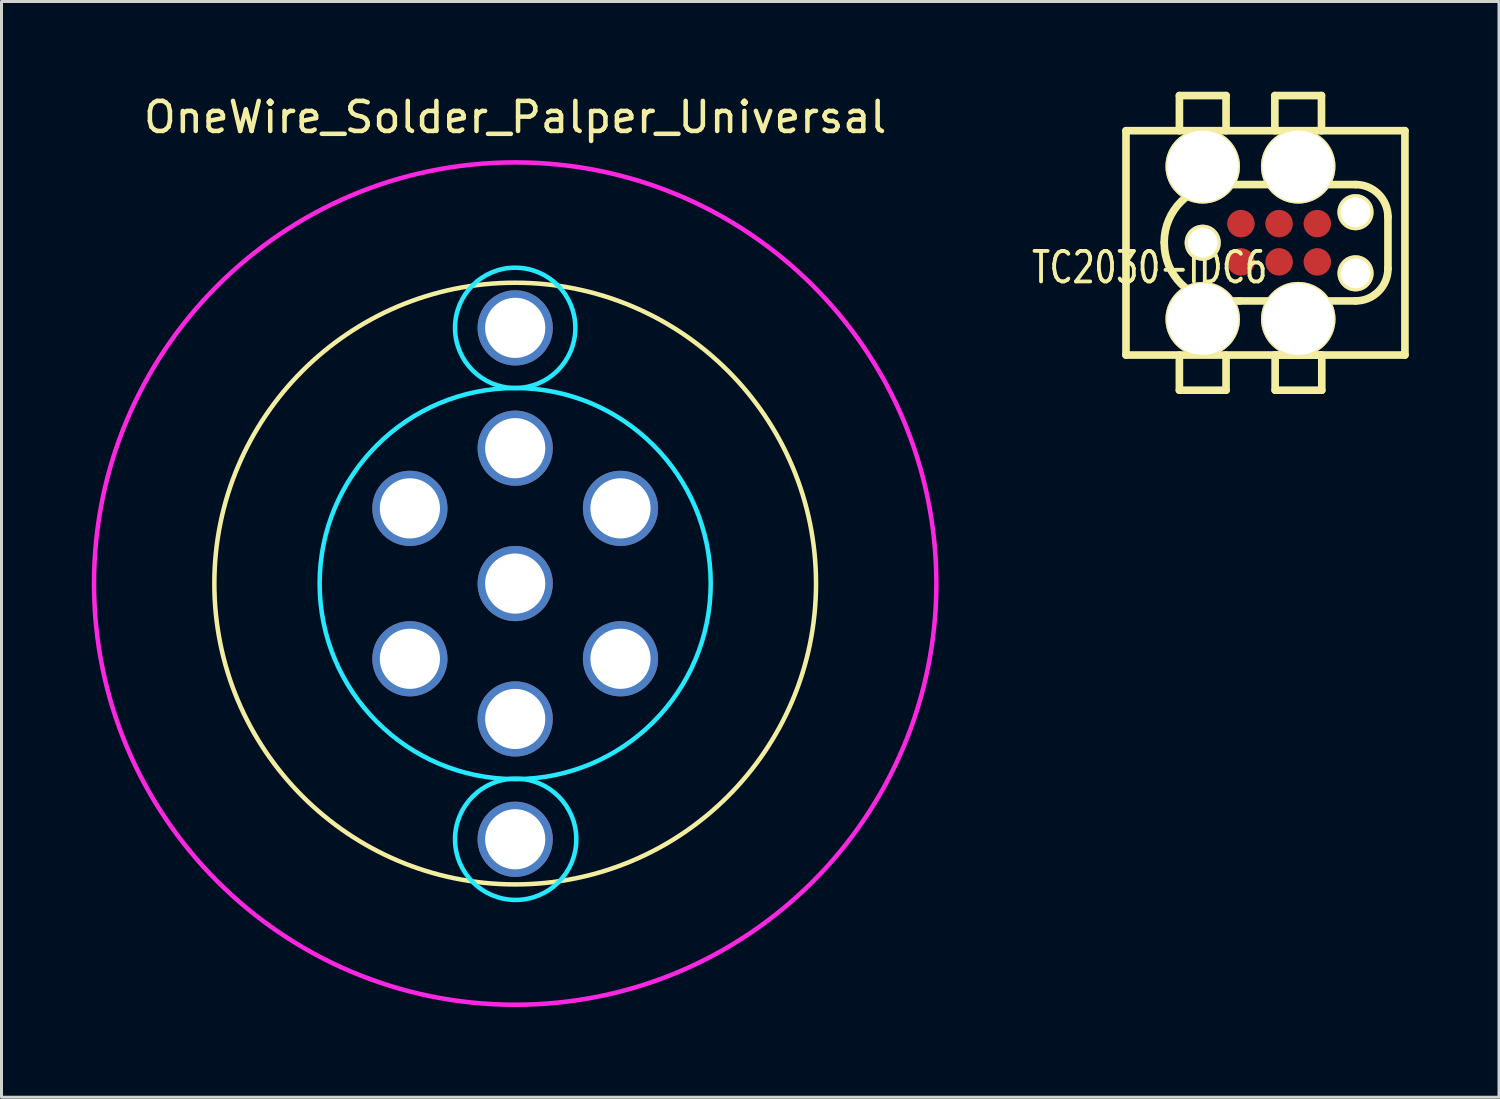
<source format=kicad_pcb>
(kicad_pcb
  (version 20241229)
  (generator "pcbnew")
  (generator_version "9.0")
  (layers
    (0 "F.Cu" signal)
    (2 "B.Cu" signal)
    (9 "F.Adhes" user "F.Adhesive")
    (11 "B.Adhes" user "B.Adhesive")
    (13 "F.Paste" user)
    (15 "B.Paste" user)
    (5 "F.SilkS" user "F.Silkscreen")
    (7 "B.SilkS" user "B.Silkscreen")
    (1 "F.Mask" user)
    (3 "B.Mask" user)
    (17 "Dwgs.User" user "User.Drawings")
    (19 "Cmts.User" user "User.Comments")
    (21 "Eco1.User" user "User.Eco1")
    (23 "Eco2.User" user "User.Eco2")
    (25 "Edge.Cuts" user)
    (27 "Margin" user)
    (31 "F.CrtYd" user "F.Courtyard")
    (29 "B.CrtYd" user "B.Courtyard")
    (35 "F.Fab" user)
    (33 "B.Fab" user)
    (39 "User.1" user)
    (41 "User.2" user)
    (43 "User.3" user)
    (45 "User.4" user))
  (footprint "OneWire_Solder_Palper_Universal"
    (layer "F.Cu")
    (at 14.075 16.348)
    (property "Reference" "OneWire_Solder_Palper_Universal" (at 0 -15.5 0) (layer "F.SilkS") (effects (font (size 1 1) (thickness 0.15))))
    (attr exclude_from_pos_files exclude_from_bom)
    (fp_circle (center 0 0) (end 0 10) (stroke (width 0.15) (type solid)) (fill no) (layer "F.SilkS"))
    (fp_circle (center 0 -8.5) (end 2 -8.5) (stroke (width 0.15) (type solid)) (fill no) (layer "B.CrtYd"))
    (fp_circle (center 0 0) (end 6.5 0) (stroke (width 0.15) (type solid)) (fill no) (layer "B.CrtYd"))
    (fp_circle (center 0.016 8.5) (end 2.016 8.25) (stroke (width 0.15) (type solid)) (fill no) (layer "B.CrtYd"))
    (fp_circle (center 0 0) (end 14 0) (stroke (width 0.15) (type solid)) (fill no) (layer "F.CrtYd"))
    (pad "1" thru_hole circle (at 0 8.5) (size 2.5 2.5) (drill 2) (layers "*.Cu" "*.Mask"))
    (pad "2" thru_hole circle (at 0 4.5) (size 2.5 2.5) (drill 2) (layers "*.Cu" "*.Mask"))
    (pad "3" thru_hole circle (at 0 -8.5) (size 2.5 2.5) (drill 2) (layers "*.Cu" "*.Mask"))
    (pad "4" thru_hole circle (at 0 0) (size 2.5 2.5) (drill 2) (layers "*.Cu" "*.Mask"))
    (pad "5" thru_hole circle (at 3.5 2.5) (size 2.5 2.5) (drill 2) (layers "*.Cu" "*.Mask"))
    (pad "6" thru_hole circle (at -3.5 2.5) (size 2.5 2.5) (drill 2) (layers "*.Cu" "*.Mask"))
    (pad "7" thru_hole circle (at 3.5 -2.5) (size 2.5 2.5) (drill 2) (layers "*.Cu" "*.Mask"))
    (pad "8" thru_hole circle (at -3.5 -2.5) (size 2.5 2.5) (drill 2) (layers "*.Cu" "*.Mask"))
    (pad "9" thru_hole circle (at 0 -4.5) (size 2.5 2.5) (drill 2) (layers "*.Cu" "*.Mask")))
  (footprint "TC2030-IDC6"
    (layer "F.Cu")
    (at 35.267 4.826)
    (property "Reference" "TC2030-IDC6" (at -0.102 1.016 0) (layer "F.SilkS") (effects (font (size 1.016 0.762) (thickness 0.127))))
    (attr through_hole)
    (fp_line (start -0.889 -3.531) (end 8.383 -3.531) (stroke (width 0.254) (type solid)) (layer "F.SilkS"))
    (fp_line (start -0.889 3.925) (end -0.889 -3.531) (stroke (width 0.254) (type solid)) (layer "F.SilkS"))
    (fp_line (start 0.886 5.094) (end 0.886 3.926) (stroke (width 0.254) (type solid)) (layer "F.SilkS"))
    (fp_line (start 0.887 -3.531) (end 0.887 -4.699) (stroke (width 0.254) (type solid)) (layer "F.SilkS"))
    (fp_line (start 0.887 -4.699) (end 2.437 -4.699) (stroke (width 0.254) (type solid)) (layer "F.SilkS"))
    (fp_line (start 2.437 3.926) (end 2.437 5.094) (stroke (width 0.254) (type solid)) (layer "F.SilkS"))
    (fp_line (start 2.437 5.094) (end 0.886 5.094) (stroke (width 0.254) (type solid)) (layer "F.SilkS"))
    (fp_line (start 2.437 -4.699) (end 2.437 -3.531) (stroke (width 0.254) (type solid)) (layer "F.SilkS"))
    (fp_line (start 2.885 2.127) (end 6.741 2.127) (stroke (width 0.254) (type solid)) (layer "F.SilkS"))
    (fp_line (start 2.887 2.127) (end 2.345 2.127) (stroke (width 0.254) (type solid)) (layer "F.SilkS"))
    (fp_line (start 4.003 -1.741) (end 4.003 -1.741) (stroke (width 0.254) (type solid)) (layer "F.SilkS"))
    (fp_line (start 4.037 3.926) (end 5.587 3.926) (stroke (width 0.254) (type solid)) (layer "F.SilkS"))
    (fp_line (start 4.059 -3.531) (end 4.059 -4.699) (stroke (width 0.254) (type solid)) (layer "F.SilkS"))
    (fp_line (start 4.059 -4.699) (end 5.609 -4.699) (stroke (width 0.254) (type solid)) (layer "F.SilkS"))
    (fp_line (start 4.069 5.094) (end 4.069 3.926) (stroke (width 0.254) (type solid)) (layer "F.SilkS"))
    (fp_line (start 5.595 2.127) (end 5.595 2.127) (stroke (width 0.254) (type solid)) (layer "F.SilkS"))
    (fp_line (start 5.609 -4.699) (end 5.609 -3.531) (stroke (width 0.254) (type solid)) (layer "F.SilkS"))
    (fp_line (start 5.619 3.926) (end 5.619 5.094) (stroke (width 0.254) (type solid)) (layer "F.SilkS"))
    (fp_line (start 5.619 5.094) (end 4.069 5.094) (stroke (width 0.254) (type solid)) (layer "F.SilkS"))
    (fp_line (start 6.741 -1.741) (end 2.266 -1.741) (stroke (width 0.254) (type solid)) (layer "F.SilkS"))
    (fp_line (start 7.819 -0.675) (end 7.819 1.059) (stroke (width 0.254) (type solid)) (layer "F.SilkS"))
    (fp_line (start 8.383 -3.531) (end 8.383 3.925) (stroke (width 0.254) (type solid)) (layer "F.SilkS"))
    (fp_line (start 8.383 3.925) (end -0.889 3.925) (stroke (width 0.254) (type solid)) (layer "F.SilkS"))
    (fp_arc (start 0.380746 0.180848) (mid 0.943097 -1.176787) (end 2.300732 -1.739138) (stroke (width 0.254) (type solid)) (layer "F.SilkS"))
    (fp_arc (start 2.30886 2.126742) (mid 0.946914 1.562606) (end 0.382778 0.20066) (stroke (width 0.254) (type solid)) (layer "F.SilkS"))
    (fp_arc (start 6.74497 -1.74117) (mid 7.50434 -1.426628) (end 7.818882 -0.667258) (stroke (width 0.254) (type solid)) (layer "F.SilkS"))
    (fp_arc (start 7.818882 1.050798) (mid 7.503745 1.811605) (end 6.742938 2.126742) (stroke (width 0.254) (type solid)) (layer "F.SilkS"))
    (pad "1" thru_hole circle (at 1.661 2.733) (size 2.477 2.477) (drill 2.375) (layers "*.Cu" "*.Mask" "F.SilkS"))
    (pad "1" smd circle (at 2.931 0.829) (size 0.914 0.914) (layers "F.Cu" "F.Mask" "F.Paste"))
    (pad "2" thru_hole circle (at 1.661 -2.347) (size 2.477 2.477) (drill 2.375) (layers "*.Cu" "*.Mask" "F.SilkS"))
    (pad "2" smd circle (at 2.931 -0.443) (size 0.914 0.914) (layers "F.Cu" "F.Mask" "F.Paste"))
    (pad "3" smd circle (at 4.201 0.828) (size 0.914 0.914) (layers "F.Cu" "F.Mask" "F.Paste"))
    (pad "3" thru_hole circle (at 4.837 2.733) (size 2.477 2.477) (drill 2.375) (layers "*.Cu" "*.Mask" "F.SilkS"))
    (pad "4" smd circle (at 4.2 -0.443) (size 0.914 0.914) (layers "F.Cu" "F.Mask" "F.Paste"))
    (pad "4" thru_hole circle (at 4.835 -2.347) (size 2.477 2.477) (drill 2.375) (layers "*.Cu" "*.Mask" "F.SilkS"))
    (pad "5" smd circle (at 5.471 0.829) (size 0.914 0.914) (layers "F.Cu" "F.Mask" "F.Paste"))
    (pad "5" thru_hole circle (at 6.741 1.209) (size 1.2 1.2) (drill 0.991) (layers "*.Cu" "*.Mask" "F.SilkS"))
    (pad "6" smd circle (at 5.47 -0.443) (size 0.914 0.914) (layers "F.Cu" "F.Mask" "F.Paste"))
    (pad "6" thru_hole circle (at 6.74 -0.823) (size 1.2 1.2) (drill 0.991) (layers "*.Cu" "*.Mask" "F.SilkS"))
    (pad "7" thru_hole circle (at 1.661 0.193) (size 1.2 1.2) (drill 0.991) (layers "*.Cu" "*.Mask" "F.SilkS")))
  (gr_rect
    (start -3 -3)
    (end 46.777 33.423)
    (stroke (width 0.1) (type default))
    (fill no)
    (layer "Edge.Cuts")))
</source>
